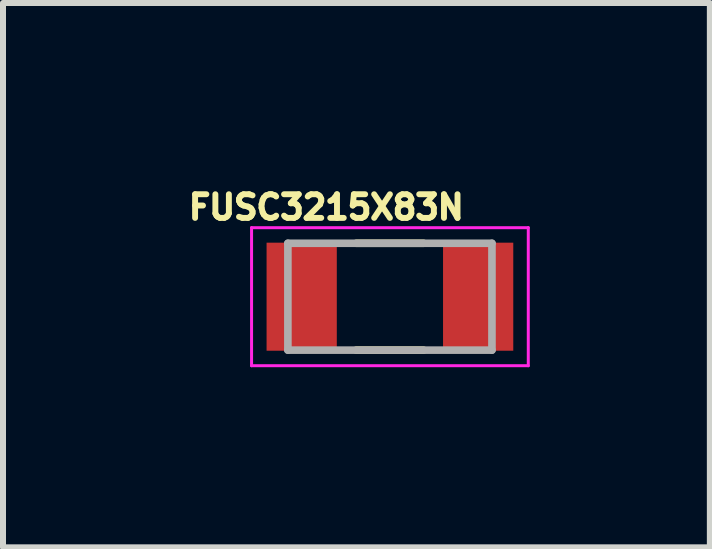
<source format=kicad_pcb>
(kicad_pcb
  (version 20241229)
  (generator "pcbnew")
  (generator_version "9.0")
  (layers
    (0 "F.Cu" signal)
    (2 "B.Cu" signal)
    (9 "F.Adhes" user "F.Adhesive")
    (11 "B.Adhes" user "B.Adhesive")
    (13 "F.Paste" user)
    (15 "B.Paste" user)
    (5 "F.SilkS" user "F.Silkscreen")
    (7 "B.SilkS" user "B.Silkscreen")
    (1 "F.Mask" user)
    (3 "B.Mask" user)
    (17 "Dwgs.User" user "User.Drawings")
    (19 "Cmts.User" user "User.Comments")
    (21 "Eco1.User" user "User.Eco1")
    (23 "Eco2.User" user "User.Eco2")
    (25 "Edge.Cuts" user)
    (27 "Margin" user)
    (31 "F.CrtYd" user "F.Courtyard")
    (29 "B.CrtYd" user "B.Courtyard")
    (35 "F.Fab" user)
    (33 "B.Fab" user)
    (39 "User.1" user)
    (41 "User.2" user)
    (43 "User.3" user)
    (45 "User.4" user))
  (footprint "FUSC3215X83N"
    (layer "F.Cu")
    (at 3.446 1.893)
    (property "Reference" "FUSC3215X83N" (at -1.06 -1.49 0) (layer "F.SilkS") (effects (font (size 0.394 0.394) (thickness 0.15))))
    (attr smd)
    (fp_line (start -0.56 -0.89) (end 0.56 -0.89) (stroke (width 0.127) (type solid)) (layer "F.SilkS"))
    (fp_line (start -0.56 0.89) (end 0.56 0.89) (stroke (width 0.127) (type solid)) (layer "F.SilkS"))
    (fp_line (start -2.305 -1.15) (end 2.305 -1.15) (stroke (width 0.05) (type solid)) (layer "F.CrtYd"))
    (fp_line (start -2.305 1.15) (end -2.305 -1.15) (stroke (width 0.05) (type solid)) (layer "F.CrtYd"))
    (fp_line (start -2.305 1.15) (end 2.305 1.15) (stroke (width 0.05) (type solid)) (layer "F.CrtYd"))
    (fp_line (start 2.305 1.15) (end 2.305 -1.15) (stroke (width 0.05) (type solid)) (layer "F.CrtYd"))
    (fp_line (start -1.7 0.89) (end -1.7 -0.89) (stroke (width 0.127) (type solid)) (layer "F.Fab"))
    (fp_line (start 1.7 -0.89) (end -1.7 -0.89) (stroke (width 0.127) (type solid)) (layer "F.Fab"))
    (fp_line (start 1.7 0.89) (end -1.7 0.89) (stroke (width 0.127) (type solid)) (layer "F.Fab"))
    (fp_line (start 1.7 0.89) (end 1.7 -0.89) (stroke (width 0.127) (type solid)) (layer "F.Fab"))
    (pad "1" smd rect (at -1.47 0) (size 1.17 1.8) (layers "F.Cu" "F.Mask" "F.Paste"))
    (pad "2" smd rect (at 1.47 0) (size 1.17 1.8) (layers "F.Cu" "F.Mask" "F.Paste")))
  (gr_rect
    (start -3 -3)
    (end 8.776 6.068)
    (stroke (width 0.1) (type default))
    (fill no)
    (layer "Edge.Cuts")))
</source>
